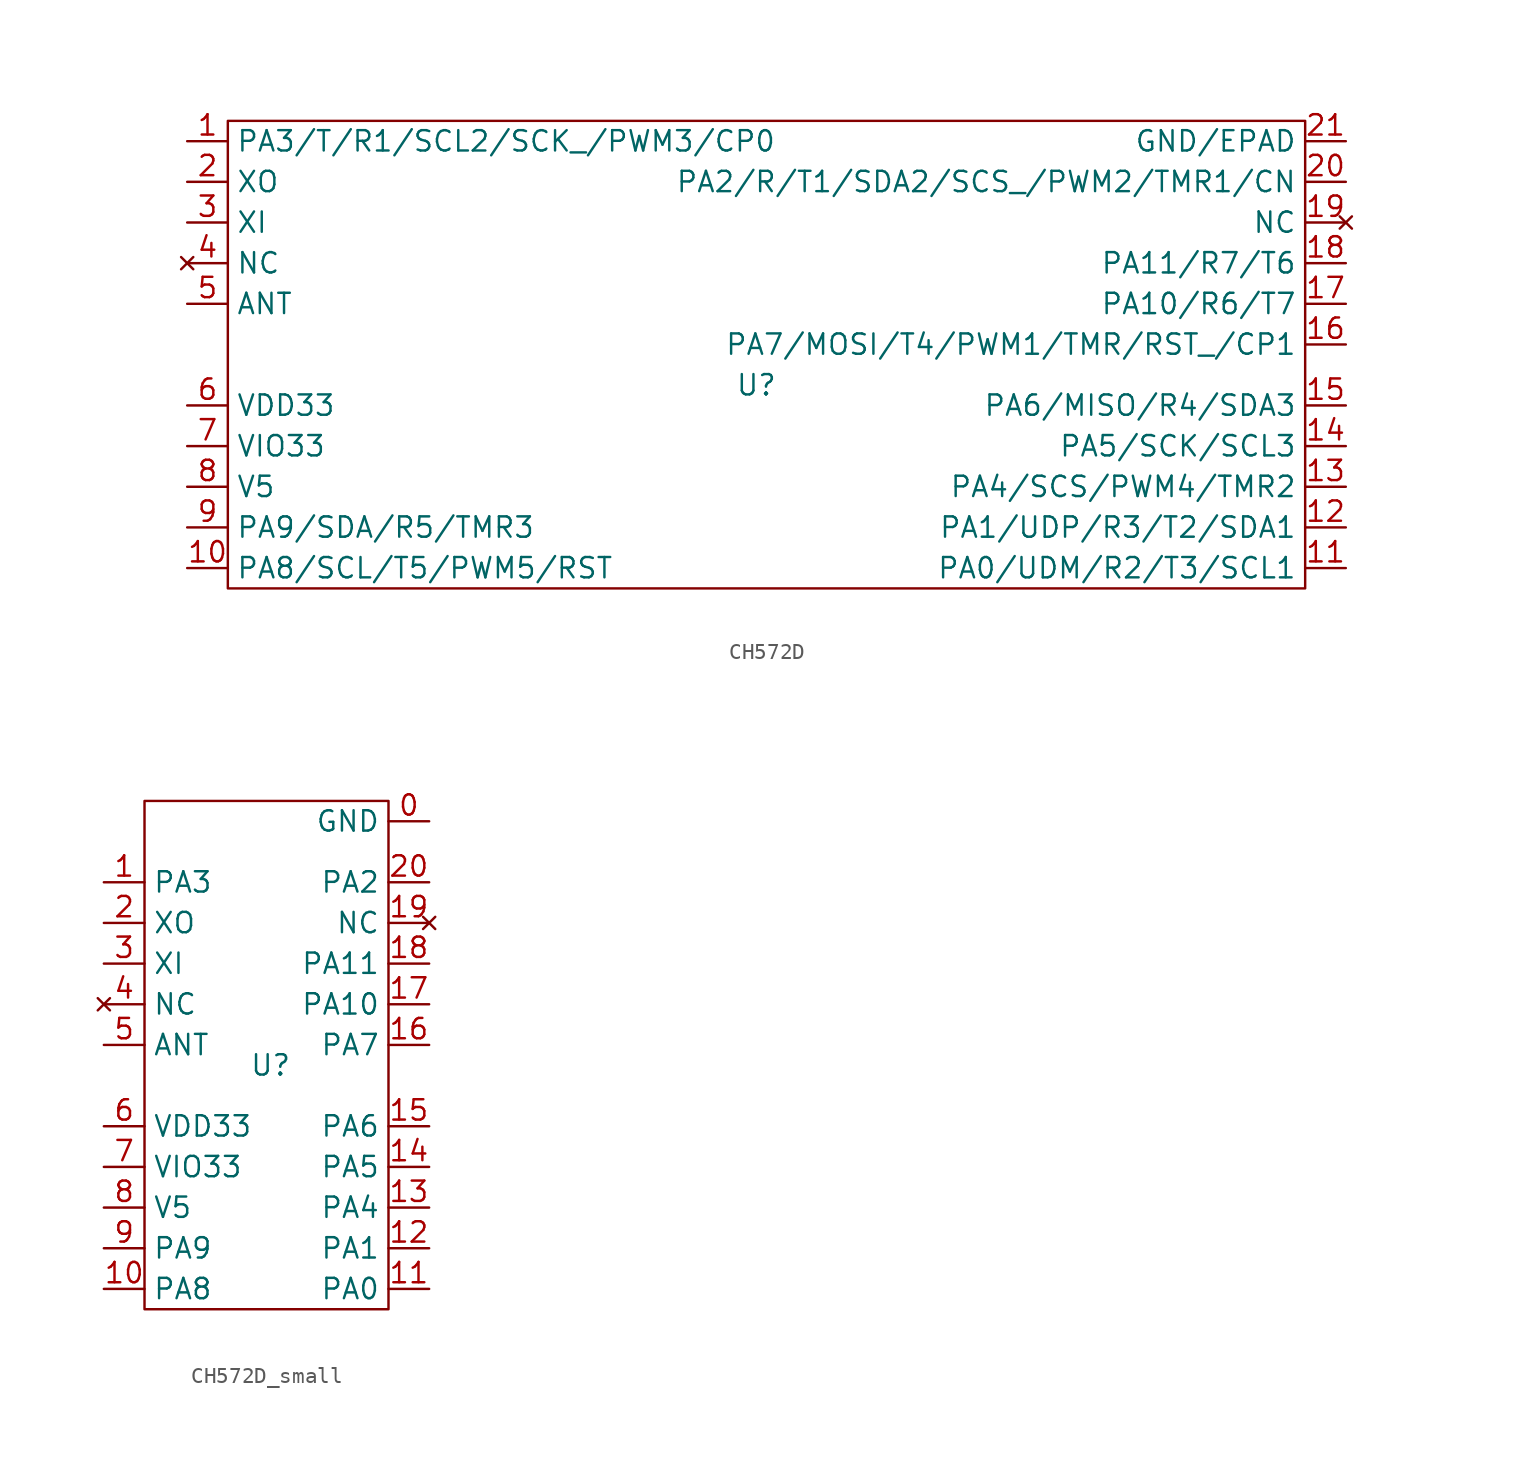
<source format=kicad_sym>
(kicad_symbol_lib
  (version 20241209)
  (generator "kicad_symbol_editor")
  (generator_version "9.0")
  (symbol "CH572D"
    (property "Reference" "U"
      (at 0 0 0)
      (effects (font (size 1.27 1.27))))
    (property "Value" ""
      (at 0 0 0)
      (effects (font (size 1.27 1.27))))
    (symbol "CH572D_0_1"
      (rectangle (start -33.02 16.51) (end 34.29 -12.7) (stroke (width 0) (type default)) (fill (type none))))
    (symbol "CH572D_1_1"
      (pin bidirectional line (at -35.56 15.24 0) (length 2.54) (name "PA3/T/R1/SCL2/SCK_/PWM3/CP0" (effects (font (size 1.27 1.27)))) (number "1" (effects (font (size 1.27 1.27)))))
      (pin input line (at -35.56 12.7 0) (length 2.54) (name "XO" (effects (font (size 1.27 1.27)))) (number "2" (effects (font (size 1.27 1.27)))))
      (pin input line (at -35.56 10.16 0) (length 2.54) (name "XI" (effects (font (size 1.27 1.27)))) (number "3" (effects (font (size 1.27 1.27)))))
      (pin no_connect line (at -35.56 7.62 0) (length 2.54) (name "NC" (effects (font (size 1.27 1.27)))) (number "4" (effects (font (size 1.27 1.27)))))
      (pin bidirectional line (at -35.56 5.08 0) (length 2.54) (name "ANT" (effects (font (size 1.27 1.27)))) (number "5" (effects (font (size 1.27 1.27)))))
      (pin power_in line (at -35.56 -1.27 0) (length 2.54) (name "VDD33" (effects (font (size 1.27 1.27)))) (number "6" (effects (font (size 1.27 1.27)))))
      (pin power_in line (at -35.56 -3.81 0) (length 2.54) (name "VIO33" (effects (font (size 1.27 1.27)))) (number "7" (effects (font (size 1.27 1.27)))))
      (pin power_in line (at -35.56 -6.35 0) (length 2.54) (name "V5" (effects (font (size 1.27 1.27)))) (number "8" (effects (font (size 1.27 1.27)))))
      (pin bidirectional line (at -35.56 -8.89 0) (length 2.54) (name "PA9/SDA/R5/TMR3" (effects (font (size 1.27 1.27)))) (number "9" (effects (font (size 1.27 1.27)))))
      (pin bidirectional line (at -35.56 -11.43 0) (length 2.54) (name "PA8/SCL/T5/PWM5/RST" (effects (font (size 1.27 1.27)))) (number "10" (effects (font (size 1.27 1.27)))))
      (pin power_in line (at 36.83 15.24 180) (length 2.54) (name "GND/EPAD" (effects (font (size 1.27 1.27)))) (number "21" (effects (font (size 1.27 1.27)))))
      (pin bidirectional line (at 36.83 12.7 180) (length 2.54) (name "PA2/R/T1/SDA2/SCS_/PWM2/TMR1/CN" (effects (font (size 1.27 1.27)))) (number "20" (effects (font (size 1.27 1.27)))))
      (pin no_connect line (at 36.83 10.16 180) (length 2.54) (name "NC" (effects (font (size 1.27 1.27)))) (number "19" (effects (font (size 1.27 1.27)))))
      (pin bidirectional line (at 36.83 7.62 180) (length 2.54) (name "PA11/R7/T6" (effects (font (size 1.27 1.27)))) (number "18" (effects (font (size 1.27 1.27)))))
      (pin bidirectional line (at 36.83 5.08 180) (length 2.54) (name "PA10/R6/T7" (effects (font (size 1.27 1.27)))) (number "17" (effects (font (size 1.27 1.27)))))
      (pin bidirectional line (at 36.83 2.54 180) (length 2.54) (name "PA7/MOSI/T4/PWM1/TMR/RST_/CP1" (effects (font (size 1.27 1.27)))) (number "16" (effects (font (size 1.27 1.27)))))
      (pin bidirectional line (at 36.83 -1.27 180) (length 2.54) (name "PA6/MISO/R4/SDA3" (effects (font (size 1.27 1.27)))) (number "15" (effects (font (size 1.27 1.27)))))
      (pin bidirectional line (at 36.83 -3.81 180) (length 2.54) (name "PA5/SCK/SCL3" (effects (font (size 1.27 1.27)))) (number "14" (effects (font (size 1.27 1.27)))))
      (pin bidirectional line (at 36.83 -6.35 180) (length 2.54) (name "PA4/SCS/PWM4/TMR2" (effects (font (size 1.27 1.27)))) (number "13" (effects (font (size 1.27 1.27)))))
      (pin bidirectional line (at 36.83 -8.89 180) (length 2.54) (name "PA1/UDP/R3/T2/SDA1" (effects (font (size 1.27 1.27)))) (number "12" (effects (font (size 1.27 1.27)))))
      (pin bidirectional line (at 36.83 -11.43 180) (length 2.54) (name "PA0/UDM/R2/T3/SCL1" (effects (font (size 1.27 1.27)))) (number "11" (effects (font (size 1.27 1.27)))))))
  (symbol "CH572D_small"
    (property "Reference" "U"
      (at 0.254 0 0)
      (effects (font (size 1.27 1.27))))
    (property "Value" ""
      (at 0 0 0)
      (effects (font (size 1.27 1.27))))
    (symbol "CH572D_small_0_1"
      (rectangle (start -7.62 16.51) (end 7.62 -15.24) (stroke (width 0) (type default)) (fill (type none))))
    (symbol "CH572D_small_1_1"
      (pin bidirectional line (at -10.16 11.43 0) (length 2.54) (name "PA3" (effects (font (size 1.27 1.27)))) (number "1" (effects (font (size 1.27 1.27)))))
      (pin input line (at -10.16 8.89 0) (length 2.54) (name "XO" (effects (font (size 1.27 1.27)))) (number "2" (effects (font (size 1.27 1.27)))))
      (pin input line (at -10.16 6.35 0) (length 2.54) (name "XI" (effects (font (size 1.27 1.27)))) (number "3" (effects (font (size 1.27 1.27)))))
      (pin no_connect line (at -10.16 3.81 0) (length 2.54) (name "NC" (effects (font (size 1.27 1.27)))) (number "4" (effects (font (size 1.27 1.27)))))
      (pin bidirectional line (at -10.16 1.27 0) (length 2.54) (name "ANT" (effects (font (size 1.27 1.27)))) (number "5" (effects (font (size 1.27 1.27)))))
      (pin power_in line (at -10.16 -3.81 0) (length 2.54) (name "VDD33" (effects (font (size 1.27 1.27)))) (number "6" (effects (font (size 1.27 1.27)))))
      (pin power_in line (at -10.16 -6.35 0) (length 2.54) (name "VIO33" (effects (font (size 1.27 1.27)))) (number "7" (effects (font (size 1.27 1.27)))))
      (pin power_in line (at -10.16 -8.89 0) (length 2.54) (name "V5" (effects (font (size 1.27 1.27)))) (number "8" (effects (font (size 1.27 1.27)))))
      (pin bidirectional line (at -10.16 -11.43 0) (length 2.54) (name "PA9" (effects (font (size 1.27 1.27)))) (number "9" (effects (font (size 1.27 1.27)))))
      (pin bidirectional line (at -10.16 -13.97 0) (length 2.54) (name "PA8" (effects (font (size 1.27 1.27)))) (number "10" (effects (font (size 1.27 1.27)))))
      (pin power_in line (at 10.16 15.24 180) (length 2.54) (name "GND" (effects (font (size 1.27 1.27)))) (number "0" (effects (font (size 1.27 1.27)))))
      (pin bidirectional line (at 10.16 11.43 180) (length 2.54) (name "PA2" (effects (font (size 1.27 1.27)))) (number "20" (effects (font (size 1.27 1.27)))))
      (pin no_connect line (at 10.16 8.89 180) (length 2.54) (name "NC" (effects (font (size 1.27 1.27)))) (number "19" (effects (font (size 1.27 1.27)))))
      (pin bidirectional line (at 10.16 6.35 180) (length 2.54) (name "PA11" (effects (font (size 1.27 1.27)))) (number "18" (effects (font (size 1.27 1.27)))))
      (pin bidirectional line (at 10.16 3.81 180) (length 2.54) (name "PA10" (effects (font (size 1.27 1.27)))) (number "17" (effects (font (size 1.27 1.27)))))
      (pin bidirectional line (at 10.16 1.27 180) (length 2.54) (name "PA7" (effects (font (size 1.27 1.27)))) (number "16" (effects (font (size 1.27 1.27)))))
      (pin bidirectional line (at 10.16 -3.81 180) (length 2.54) (name "PA6" (effects (font (size 1.27 1.27)))) (number "15" (effects (font (size 1.27 1.27)))))
      (pin bidirectional line (at 10.16 -6.35 180) (length 2.54) (name "PA5" (effects (font (size 1.27 1.27)))) (number "14" (effects (font (size 1.27 1.27)))))
      (pin bidirectional line (at 10.16 -8.89 180) (length 2.54) (name "PA4" (effects (font (size 1.27 1.27)))) (number "13" (effects (font (size 1.27 1.27)))))
      (pin bidirectional line (at 10.16 -11.43 180) (length 2.54) (name "PA1" (effects (font (size 1.27 1.27)))) (number "12" (effects (font (size 1.27 1.27)))))
      (pin bidirectional line (at 10.16 -13.97 180) (length 2.54) (name "PA0" (effects (font (size 1.27 1.27)))) (number "11" (effects (font (size 1.27 1.27))))))))
</source>
